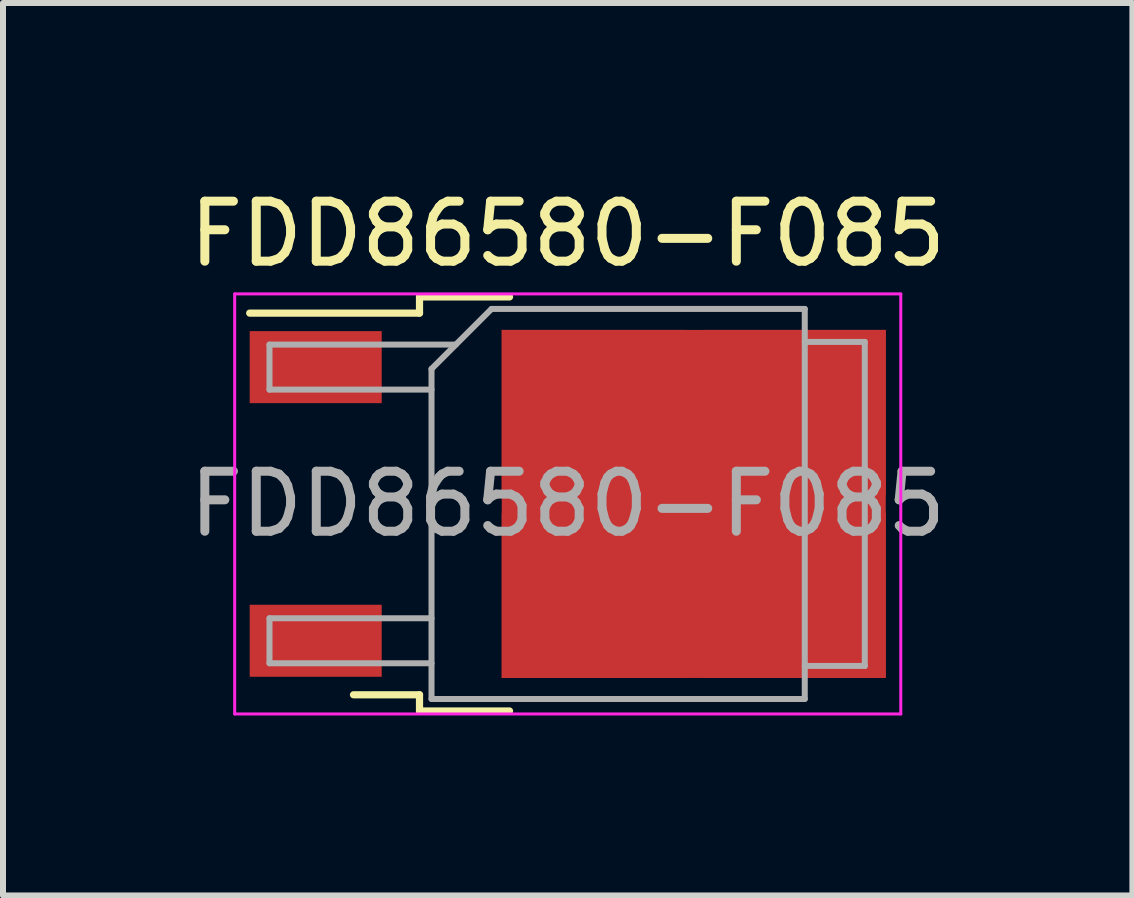
<source format=kicad_pcb>
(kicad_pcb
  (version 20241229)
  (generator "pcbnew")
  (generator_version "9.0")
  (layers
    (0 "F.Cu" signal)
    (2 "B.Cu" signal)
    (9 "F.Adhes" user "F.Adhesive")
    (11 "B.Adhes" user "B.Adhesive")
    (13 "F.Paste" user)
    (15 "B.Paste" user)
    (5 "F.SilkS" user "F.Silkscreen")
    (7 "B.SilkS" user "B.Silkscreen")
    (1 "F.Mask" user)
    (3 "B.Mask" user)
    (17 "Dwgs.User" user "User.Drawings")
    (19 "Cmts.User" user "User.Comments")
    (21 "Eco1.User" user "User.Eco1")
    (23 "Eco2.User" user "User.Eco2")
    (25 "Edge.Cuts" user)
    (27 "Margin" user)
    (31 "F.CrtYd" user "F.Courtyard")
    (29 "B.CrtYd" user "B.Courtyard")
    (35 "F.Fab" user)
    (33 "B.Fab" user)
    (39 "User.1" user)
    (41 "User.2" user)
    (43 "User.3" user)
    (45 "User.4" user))
  (footprint "FDD86580-F085"
    (layer "F.Cu")
    (at 6.411 5.348)
    (property "Reference" "FDD86580-F085" (at 0 -4.5 0) (layer "F.SilkS") (effects (font (size 1 1) (thickness 0.15))))
    (attr smd)
    (fp_line (start -2.47 -3.45) (end -2.47 -3.18) (stroke (width 0.12) (type solid)) (layer "F.SilkS"))
    (fp_line (start -2.47 -3.18) (end -5.3 -3.18) (stroke (width 0.12) (type solid)) (layer "F.SilkS"))
    (fp_line (start -2.47 3.18) (end -3.57 3.18) (stroke (width 0.12) (type solid)) (layer "F.SilkS"))
    (fp_line (start -2.47 3.45) (end -2.47 3.18) (stroke (width 0.12) (type solid)) (layer "F.SilkS"))
    (fp_line (start -0.97 -3.45) (end -2.47 -3.45) (stroke (width 0.12) (type solid)) (layer "F.SilkS"))
    (fp_line (start -0.97 3.45) (end -2.47 3.45) (stroke (width 0.12) (type solid)) (layer "F.SilkS"))
    (fp_line (start -5.55 -3.5) (end -5.55 3.5) (stroke (width 0.05) (type solid)) (layer "F.CrtYd"))
    (fp_line (start -5.55 3.5) (end 5.55 3.5) (stroke (width 0.05) (type solid)) (layer "F.CrtYd"))
    (fp_line (start 5.55 -3.5) (end -5.55 -3.5) (stroke (width 0.05) (type solid)) (layer "F.CrtYd"))
    (fp_line (start 5.55 3.5) (end 5.55 -3.5) (stroke (width 0.05) (type solid)) (layer "F.CrtYd"))
    (fp_line (start -4.97 -2.655) (end -4.97 -1.905) (stroke (width 0.1) (type solid)) (layer "F.Fab"))
    (fp_line (start -4.97 -1.905) (end -2.27 -1.905) (stroke (width 0.1) (type solid)) (layer "F.Fab"))
    (fp_line (start -4.97 1.905) (end -4.97 2.655) (stroke (width 0.1) (type solid)) (layer "F.Fab"))
    (fp_line (start -4.97 2.655) (end -2.27 2.655) (stroke (width 0.1) (type solid)) (layer "F.Fab"))
    (fp_line (start -2.27 -2.25) (end -1.27 -3.25) (stroke (width 0.1) (type solid)) (layer "F.Fab"))
    (fp_line (start -2.27 1.905) (end -4.97 1.905) (stroke (width 0.1) (type solid)) (layer "F.Fab"))
    (fp_line (start -2.27 3.25) (end -2.27 -2.25) (stroke (width 0.1) (type solid)) (layer "F.Fab"))
    (fp_line (start -1.865 -2.655) (end -4.97 -2.655) (stroke (width 0.1) (type solid)) (layer "F.Fab"))
    (fp_line (start -1.27 -3.25) (end 3.95 -3.25) (stroke (width 0.1) (type solid)) (layer "F.Fab"))
    (fp_line (start 3.95 -3.25) (end 3.95 3.25) (stroke (width 0.1) (type solid)) (layer "F.Fab"))
    (fp_line (start 3.95 -2.7) (end 4.95 -2.7) (stroke (width 0.1) (type solid)) (layer "F.Fab"))
    (fp_line (start 3.95 3.25) (end -2.27 3.25) (stroke (width 0.1) (type solid)) (layer "F.Fab"))
    (fp_line (start 4.95 -2.7) (end 4.95 2.7) (stroke (width 0.1) (type solid)) (layer "F.Fab"))
    (fp_line (start 4.95 2.7) (end 3.95 2.7) (stroke (width 0.1) (type solid)) (layer "F.Fab"))
    (fp_text user "${REFERENCE}" (at 0 0 0) (layer "F.Fab") (effects (font (size 1 1) (thickness 0.15))))
    (pad "1" smd rect (at -4.2 -2.28) (size 2.2 1.2) (layers "F.Cu" "F.Mask" "F.Paste"))
    (pad "2" smd rect (at 0.425 -1.525) (size 3.05 2.75) (layers "F.Cu" "F.Paste"))
    (pad "2" smd rect (at 0.425 1.525) (size 3.05 2.75) (layers "F.Cu" "F.Paste"))
    (pad "2" smd rect (at 2.1 0) (size 6.4 5.8) (layers "F.Cu" "F.Mask"))
    (pad "2" smd rect (at 3.775 -1.525) (size 3.05 2.75) (layers "F.Cu" "F.Paste"))
    (pad "2" smd rect (at 3.775 1.525) (size 3.05 2.75) (layers "F.Cu" "F.Paste"))
    (pad "3" smd rect (at -4.2 2.28) (size 2.2 1.2) (layers "F.Cu" "F.Mask" "F.Paste")))
  (gr_rect
    (start -3 -3)
    (end 15.821 11.873)
    (stroke (width 0.1) (type default))
    (fill no)
    (layer "Edge.Cuts")))
</source>
